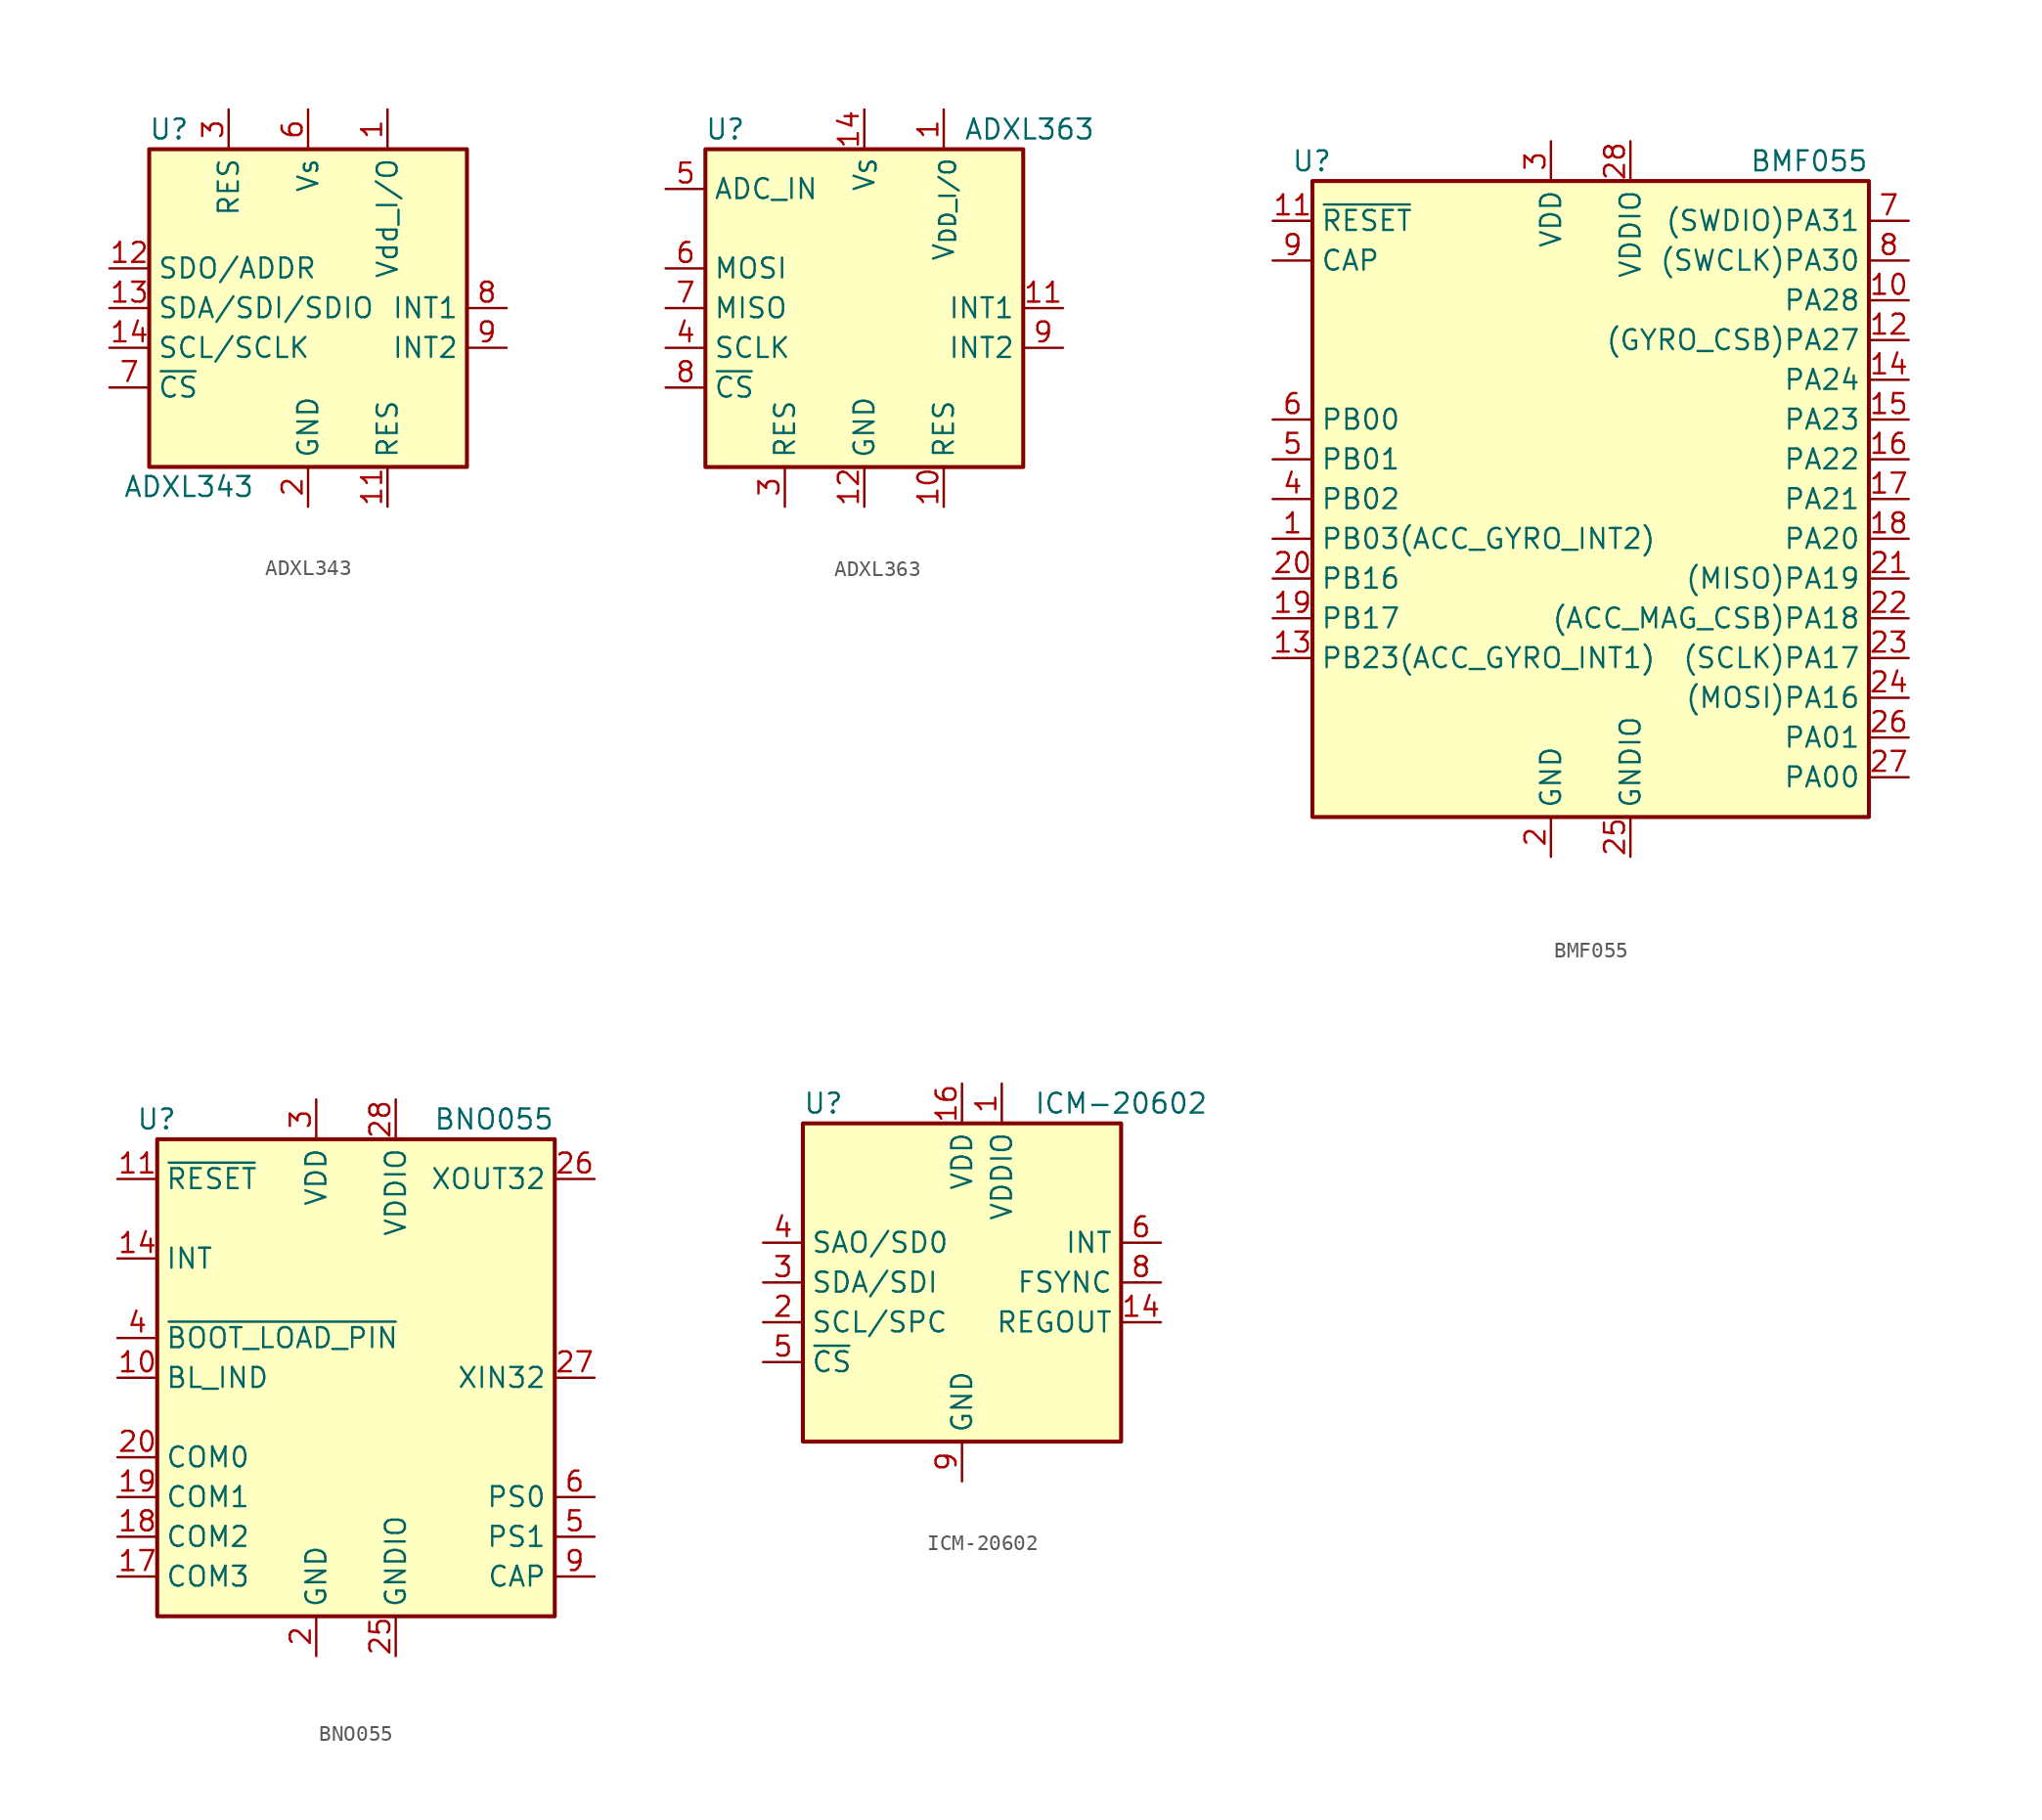
<source format=kicad_sym>
(kicad_symbol_lib
  (version 20241209)
  (generator "kicad_symbol_editor")
  (generator_version "9.0")
  (symbol "ADXL343"
    (property "Reference" "U"
      (at -8.89 11.43 0)
      (effects (font (size 1.27 1.27))))
    (property "Value" "ADXL343"
      (at -7.62 -11.43 0)
      (effects (font (size 1.27 1.27))))
    (symbol "ADXL343_0_1"
      (rectangle (start -10.16 10.16) (end 10.16 -10.16) (stroke (width 0.254) (type default)) (fill (type background))))
    (symbol "ADXL343_1_1"
      (pin bidirectional line (at -12.7 2.54 0) (length 2.54) (name "SDO/ADDR" (effects (font (size 1.27 1.27)))) (number "12" (effects (font (size 1.27 1.27)))))
      (pin bidirectional line (at -12.7 0 0) (length 2.54) (name "SDA/SDI/SDIO" (effects (font (size 1.27 1.27)))) (number "13" (effects (font (size 1.27 1.27)))))
      (pin input line (at -12.7 -2.54 0) (length 2.54) (name "SCL/SCLK" (effects (font (size 1.27 1.27)))) (number "14" (effects (font (size 1.27 1.27)))))
      (pin input line (at -12.7 -5.08 0) (length 2.54) (name "~{CS}" (effects (font (size 1.27 1.27)))) (number "7" (effects (font (size 1.27 1.27)))))
      (pin passive line (at -5.08 12.7 270) (length 2.54) (name "RES" (effects (font (size 1.27 1.27)))) (number "3" (effects (font (size 1.27 1.27)))))
      (pin no_connect line (at -5.08 -10.16 90) (length 2.54) (hide yes) (name "NC" (effects (font (size 1.27 1.27)))) (number "10" (effects (font (size 1.27 1.27)))))
      (pin power_in line (at 0 12.7 270) (length 2.54) (name "Vs" (effects (font (size 1.27 1.27)))) (number "6" (effects (font (size 1.27 1.27)))))
      (pin power_in line (at 0 -12.7 90) (length 2.54) (name "GND" (effects (font (size 1.27 1.27)))) (number "2" (effects (font (size 1.27 1.27)))))
      (pin passive line (at 0 -12.7 90) (length 2.54) (hide yes) (name "GND" (effects (font (size 1.27 1.27)))) (number "4" (effects (font (size 1.27 1.27)))))
      (pin passive line (at 0 -12.7 90) (length 2.54) (hide yes) (name "GND" (effects (font (size 1.27 1.27)))) (number "5" (effects (font (size 1.27 1.27)))))
      (pin power_in line (at 5.08 12.7 270) (length 2.54) (name "Vdd_I/O" (effects (font (size 1.27 1.27)))) (number "1" (effects (font (size 1.27 1.27)))))
      (pin passive line (at 5.08 -12.7 90) (length 2.54) (name "RES" (effects (font (size 1.27 1.27)))) (number "11" (effects (font (size 1.27 1.27)))))
      (pin output line (at 12.7 0 180) (length 2.54) (name "INT1" (effects (font (size 1.27 1.27)))) (number "8" (effects (font (size 1.27 1.27)))))
      (pin output line (at 12.7 -2.54 180) (length 2.54) (name "INT2" (effects (font (size 1.27 1.27)))) (number "9" (effects (font (size 1.27 1.27)))))))
  (symbol "ADXL363"
    (property "Reference" "U"
      (at -8.89 11.43 0)
      (effects (font (size 1.27 1.27))))
    (property "Value" "ADXL363"
      (at 6.35 11.43 0)
      (effects (font (size 1.27 1.27)) (justify left)))
    (symbol "ADXL363_0_1"
      (rectangle (start -10.16 10.16) (end 10.16 -10.16) (stroke (width 0.254) (type default)) (fill (type background))))
    (symbol "ADXL363_1_1"
      (pin input line (at -12.7 7.62 0) (length 2.54) (name "ADC_IN" (effects (font (size 1.27 1.27)))) (number "5" (effects (font (size 1.27 1.27)))))
      (pin input line (at -12.7 2.54 0) (length 2.54) (name "MOSI" (effects (font (size 1.27 1.27)))) (number "6" (effects (font (size 1.27 1.27)))))
      (pin output line (at -12.7 0 0) (length 2.54) (name "MISO" (effects (font (size 1.27 1.27)))) (number "7" (effects (font (size 1.27 1.27)))))
      (pin input line (at -12.7 -2.54 0) (length 2.54) (name "SCLK" (effects (font (size 1.27 1.27)))) (number "4" (effects (font (size 1.27 1.27)))))
      (pin input line (at -12.7 -5.08 0) (length 2.54) (name "~{CS}" (effects (font (size 1.27 1.27)))) (number "8" (effects (font (size 1.27 1.27)))))
      (pin passive line (at -5.08 -12.7 90) (length 2.54) (name "RES" (effects (font (size 1.27 1.27)))) (number "3" (effects (font (size 1.27 1.27)))))
      (pin power_in line (at 0 12.7 270) (length 2.54) (name "V_{S}" (effects (font (size 1.27 1.27)))) (number "14" (effects (font (size 1.27 1.27)))))
      (pin power_in line (at 0 -12.7 90) (length 2.54) (name "GND" (effects (font (size 1.27 1.27)))) (number "12" (effects (font (size 1.27 1.27)))))
      (pin passive line (at 0 -12.7 90) (length 2.54) (hide yes) (name "GND" (effects (font (size 1.27 1.27)))) (number "13" (effects (font (size 1.27 1.27)))))
      (pin passive line (at 0 -12.7 90) (length 2.54) (hide yes) (name "GND" (effects (font (size 1.27 1.27)))) (number "16" (effects (font (size 1.27 1.27)))))
      (pin power_in line (at 5.08 12.7 270) (length 2.54) (name "V_{DD_I/O}" (effects (font (size 1.27 1.27)))) (number "1" (effects (font (size 1.27 1.27)))))
      (pin passive line (at 5.08 -12.7 90) (length 2.54) (name "RES" (effects (font (size 1.27 1.27)))) (number "10" (effects (font (size 1.27 1.27)))))
      (pin output line (at 12.7 0 180) (length 2.54) (name "INT1" (effects (font (size 1.27 1.27)))) (number "11" (effects (font (size 1.27 1.27)))))
      (pin output line (at 12.7 -2.54 180) (length 2.54) (name "INT2" (effects (font (size 1.27 1.27)))) (number "9" (effects (font (size 1.27 1.27)))))))
  (symbol "BMF055"
    (property "Reference" "U"
      (at -16.51 21.59 0)
      (effects (font (size 1.27 1.27)) (justify right)))
    (property "Value" "BMF055"
      (at 17.78 21.59 0)
      (effects (font (size 1.27 1.27)) (justify right)))
    (symbol "BMF055_0_1"
      (rectangle (start -17.78 20.32) (end 17.78 -20.32) (stroke (width 0.254) (type default)) (fill (type background))))
    (symbol "BMF055_1_1"
      (pin input line (at -20.32 17.78 0) (length 2.54) (name "~{RESET}" (effects (font (size 1.27 1.27)))) (number "11" (effects (font (size 1.27 1.27)))))
      (pin bidirectional line (at -20.32 15.24 0) (length 2.54) (name "CAP" (effects (font (size 1.27 1.27)))) (number "9" (effects (font (size 1.27 1.27)))))
      (pin bidirectional line (at -20.32 5.08 0) (length 2.54) (name "PB00" (effects (font (size 1.27 1.27)))) (number "6" (effects (font (size 1.27 1.27)))))
      (pin bidirectional line (at -20.32 2.54 0) (length 2.54) (name "PB01" (effects (font (size 1.27 1.27)))) (number "5" (effects (font (size 1.27 1.27)))))
      (pin bidirectional line (at -20.32 0 0) (length 2.54) (name "PB02" (effects (font (size 1.27 1.27)))) (number "4" (effects (font (size 1.27 1.27)))))
      (pin bidirectional line (at -20.32 -2.54 0) (length 2.54) (name "PB03(ACC_GYRO_INT2)" (effects (font (size 1.27 1.27)))) (number "1" (effects (font (size 1.27 1.27)))))
      (pin bidirectional line (at -20.32 -5.08 0) (length 2.54) (name "PB16" (effects (font (size 1.27 1.27)))) (number "20" (effects (font (size 1.27 1.27)))))
      (pin bidirectional line (at -20.32 -7.62 0) (length 2.54) (name "PB17" (effects (font (size 1.27 1.27)))) (number "19" (effects (font (size 1.27 1.27)))))
      (pin bidirectional line (at -20.32 -10.16 0) (length 2.54) (name "PB23(ACC_GYRO_INT1)" (effects (font (size 1.27 1.27)))) (number "13" (effects (font (size 1.27 1.27)))))
      (pin power_in line (at -2.54 22.86 270) (length 2.54) (name "VDD" (effects (font (size 1.27 1.27)))) (number "3" (effects (font (size 1.27 1.27)))))
      (pin power_in line (at -2.54 -22.86 90) (length 2.54) (name "GND" (effects (font (size 1.27 1.27)))) (number "2" (effects (font (size 1.27 1.27)))))
      (pin power_in line (at 2.54 22.86 270) (length 2.54) (name "VDDIO" (effects (font (size 1.27 1.27)))) (number "28" (effects (font (size 1.27 1.27)))))
      (pin power_in line (at 2.54 -22.86 90) (length 2.54) (name "GNDIO" (effects (font (size 1.27 1.27)))) (number "25" (effects (font (size 1.27 1.27)))))
      (pin bidirectional line (at 20.32 17.78 180) (length 2.54) (name "(SWDIO)PA31" (effects (font (size 1.27 1.27)))) (number "7" (effects (font (size 1.27 1.27)))))
      (pin bidirectional line (at 20.32 15.24 180) (length 2.54) (name "(SWCLK)PA30" (effects (font (size 1.27 1.27)))) (number "8" (effects (font (size 1.27 1.27)))))
      (pin bidirectional line (at 20.32 12.7 180) (length 2.54) (name "PA28" (effects (font (size 1.27 1.27)))) (number "10" (effects (font (size 1.27 1.27)))))
      (pin bidirectional line (at 20.32 10.16 180) (length 2.54) (name "(GYRO_CSB)PA27" (effects (font (size 1.27 1.27)))) (number "12" (effects (font (size 1.27 1.27)))))
      (pin input line (at 20.32 7.62 180) (length 2.54) (name "PA24" (effects (font (size 1.27 1.27)))) (number "14" (effects (font (size 1.27 1.27)))))
      (pin bidirectional line (at 20.32 5.08 180) (length 2.54) (name "PA23" (effects (font (size 1.27 1.27)))) (number "15" (effects (font (size 1.27 1.27)))))
      (pin bidirectional line (at 20.32 2.54 180) (length 2.54) (name "PA22" (effects (font (size 1.27 1.27)))) (number "16" (effects (font (size 1.27 1.27)))))
      (pin bidirectional line (at 20.32 0 180) (length 2.54) (name "PA21" (effects (font (size 1.27 1.27)))) (number "17" (effects (font (size 1.27 1.27)))))
      (pin bidirectional line (at 20.32 -2.54 180) (length 2.54) (name "PA20" (effects (font (size 1.27 1.27)))) (number "18" (effects (font (size 1.27 1.27)))))
      (pin bidirectional line (at 20.32 -5.08 180) (length 2.54) (name "(MISO)PA19" (effects (font (size 1.27 1.27)))) (number "21" (effects (font (size 1.27 1.27)))))
      (pin bidirectional line (at 20.32 -7.62 180) (length 2.54) (name "(ACC_MAG_CSB)PA18" (effects (font (size 1.27 1.27)))) (number "22" (effects (font (size 1.27 1.27)))))
      (pin bidirectional line (at 20.32 -10.16 180) (length 2.54) (name "(SCLK)PA17" (effects (font (size 1.27 1.27)))) (number "23" (effects (font (size 1.27 1.27)))))
      (pin bidirectional line (at 20.32 -12.7 180) (length 2.54) (name "(MOSI)PA16" (effects (font (size 1.27 1.27)))) (number "24" (effects (font (size 1.27 1.27)))))
      (pin bidirectional line (at 20.32 -15.24 180) (length 2.54) (name "PA01" (effects (font (size 1.27 1.27)))) (number "26" (effects (font (size 1.27 1.27)))))
      (pin bidirectional line (at 20.32 -17.78 180) (length 2.54) (name "PA00" (effects (font (size 1.27 1.27)))) (number "27" (effects (font (size 1.27 1.27)))))))
  (symbol "BNO055"
    (property "Reference" "U"
      (at -11.43 16.51 0)
      (effects (font (size 1.27 1.27)) (justify right)))
    (property "Value" "BNO055"
      (at 12.7 16.51 0)
      (effects (font (size 1.27 1.27)) (justify right)))
    (symbol "BNO055_0_1"
      (rectangle (start -12.7 15.24) (end 12.7 -15.24) (stroke (width 0.254) (type default)) (fill (type background))))
    (symbol "BNO055_1_1"
      (pin input line (at -15.24 12.7 0) (length 2.54) (name "~{RESET}" (effects (font (size 1.27 1.27)))) (number "11" (effects (font (size 1.27 1.27)))))
      (pin output line (at -15.24 7.62 0) (length 2.54) (name "INT" (effects (font (size 1.27 1.27)))) (number "14" (effects (font (size 1.27 1.27)))))
      (pin input line (at -15.24 2.54 0) (length 2.54) (name "~{BOOT_LOAD_PIN}" (effects (font (size 1.27 1.27)))) (number "4" (effects (font (size 1.27 1.27)))))
      (pin output line (at -15.24 0 0) (length 2.54) (name "BL_IND" (effects (font (size 1.27 1.27)))) (number "10" (effects (font (size 1.27 1.27)))))
      (pin bidirectional line (at -15.24 -5.08 0) (length 2.54) (name "COM0" (effects (font (size 1.27 1.27)))) (number "20" (effects (font (size 1.27 1.27)))))
      (pin bidirectional line (at -15.24 -7.62 0) (length 2.54) (name "COM1" (effects (font (size 1.27 1.27)))) (number "19" (effects (font (size 1.27 1.27)))))
      (pin passive line (at -15.24 -10.16 0) (length 2.54) (name "COM2" (effects (font (size 1.27 1.27)))) (number "18" (effects (font (size 1.27 1.27)))))
      (pin input line (at -15.24 -12.7 0) (length 2.54) (name "COM3" (effects (font (size 1.27 1.27)))) (number "17" (effects (font (size 1.27 1.27)))))
      (pin no_connect line (at -12.7 10.16 0) (length 2.54) (hide yes) (name "PIN1" (effects (font (size 1.27 1.27)))) (number "1" (effects (font (size 1.27 1.27)))))
      (pin no_connect line (at -12.7 5.08 0) (length 2.54) (hide yes) (name "PIN7" (effects (font (size 1.27 1.27)))) (number "7" (effects (font (size 1.27 1.27)))))
      (pin no_connect line (at -12.7 -2.54 0) (length 2.54) (hide yes) (name "PIN8" (effects (font (size 1.27 1.27)))) (number "8" (effects (font (size 1.27 1.27)))))
      (pin power_in line (at -2.54 17.78 270) (length 2.54) (name "VDD" (effects (font (size 1.27 1.27)))) (number "3" (effects (font (size 1.27 1.27)))))
      (pin power_in line (at -2.54 -17.78 90) (length 2.54) (name "GND" (effects (font (size 1.27 1.27)))) (number "2" (effects (font (size 1.27 1.27)))))
      (pin power_in line (at 2.54 17.78 270) (length 2.54) (name "VDDIO" (effects (font (size 1.27 1.27)))) (number "28" (effects (font (size 1.27 1.27)))))
      (pin power_in line (at 2.54 -17.78 90) (length 2.54) (name "GNDIO" (effects (font (size 1.27 1.27)))) (number "25" (effects (font (size 1.27 1.27)))))
      (pin no_connect line (at 5.08 -15.24 90) (length 2.54) (hide yes) (name "PIN15" (effects (font (size 1.27 1.27)))) (number "15" (effects (font (size 1.27 1.27)))))
      (pin no_connect line (at 7.62 -15.24 90) (length 2.54) (hide yes) (name "PIN16" (effects (font (size 1.27 1.27)))) (number "16" (effects (font (size 1.27 1.27)))))
      (pin no_connect line (at 12.7 10.16 180) (length 2.54) (hide yes) (name "PIN12" (effects (font (size 1.27 1.27)))) (number "12" (effects (font (size 1.27 1.27)))))
      (pin no_connect line (at 12.7 7.62 180) (length 2.54) (hide yes) (name "PIN13" (effects (font (size 1.27 1.27)))) (number "13" (effects (font (size 1.27 1.27)))))
      (pin no_connect line (at 12.7 5.08 180) (length 2.54) (hide yes) (name "PIN21" (effects (font (size 1.27 1.27)))) (number "21" (effects (font (size 1.27 1.27)))))
      (pin no_connect line (at 12.7 2.54 180) (length 2.54) (hide yes) (name "PIN22" (effects (font (size 1.27 1.27)))) (number "22" (effects (font (size 1.27 1.27)))))
      (pin no_connect line (at 12.7 -2.54 180) (length 2.54) (hide yes) (name "PIN23" (effects (font (size 1.27 1.27)))) (number "23" (effects (font (size 1.27 1.27)))))
      (pin no_connect line (at 12.7 -5.08 180) (length 2.54) (hide yes) (name "PIN24" (effects (font (size 1.27 1.27)))) (number "24" (effects (font (size 1.27 1.27)))))
      (pin output line (at 15.24 12.7 180) (length 2.54) (name "XOUT32" (effects (font (size 1.27 1.27)))) (number "26" (effects (font (size 1.27 1.27)))))
      (pin input line (at 15.24 0 180) (length 2.54) (name "XIN32" (effects (font (size 1.27 1.27)))) (number "27" (effects (font (size 1.27 1.27)))))
      (pin input line (at 15.24 -7.62 180) (length 2.54) (name "PS0" (effects (font (size 1.27 1.27)))) (number "6" (effects (font (size 1.27 1.27)))))
      (pin input line (at 15.24 -10.16 180) (length 2.54) (name "PS1" (effects (font (size 1.27 1.27)))) (number "5" (effects (font (size 1.27 1.27)))))
      (pin passive line (at 15.24 -12.7 180) (length 2.54) (name "CAP" (effects (font (size 1.27 1.27)))) (number "9" (effects (font (size 1.27 1.27)))))))
  (symbol "ICM-20602"
    (property "Reference" "U"
      (at -10.16 11.43 0)
      (effects (font (size 1.27 1.27)) (justify left)))
    (property "Value" "ICM-20602"
      (at 10.16 11.43 0)
      (effects (font (size 1.27 1.27))))
    (symbol "ICM-20602_0_1"
      (rectangle (start -10.16 10.16) (end 10.16 -10.16) (stroke (width 0.254) (type default)) (fill (type background))))
    (symbol "ICM-20602_1_1"
      (pin bidirectional line (at -12.7 2.54 0) (length 2.54) (name "SAO/SD0" (effects (font (size 1.27 1.27)))) (number "4" (effects (font (size 1.27 1.27)))))
      (pin bidirectional line (at -12.7 0 0) (length 2.54) (name "SDA/SDI" (effects (font (size 1.27 1.27)))) (number "3" (effects (font (size 1.27 1.27)))))
      (pin input line (at -12.7 -2.54 0) (length 2.54) (name "SCL/SPC" (effects (font (size 1.27 1.27)))) (number "2" (effects (font (size 1.27 1.27)))))
      (pin input line (at -12.7 -5.08 0) (length 2.54) (name "~{CS}" (effects (font (size 1.27 1.27)))) (number "5" (effects (font (size 1.27 1.27)))))
      (pin no_connect line (at -10.16 5.08 0) (length 2.54) (hide yes) (name "RESV" (effects (font (size 1.27 1.27)))) (number "7" (effects (font (size 1.27 1.27)))))
      (pin power_in line (at 0 12.7 270) (length 2.54) (name "VDD" (effects (font (size 1.27 1.27)))) (number "16" (effects (font (size 1.27 1.27)))))
      (pin passive line (at 0 -12.7 90) (length 2.54) (hide yes) (name "GND" (effects (font (size 1.27 1.27)))) (number "10" (effects (font (size 1.27 1.27)))))
      (pin passive line (at 0 -12.7 90) (length 2.54) (hide yes) (name "GND" (effects (font (size 1.27 1.27)))) (number "11" (effects (font (size 1.27 1.27)))))
      (pin passive line (at 0 -12.7 90) (length 2.54) (hide yes) (name "GND" (effects (font (size 1.27 1.27)))) (number "12" (effects (font (size 1.27 1.27)))))
      (pin passive line (at 0 -12.7 90) (length 2.54) (hide yes) (name "GND" (effects (font (size 1.27 1.27)))) (number "13" (effects (font (size 1.27 1.27)))))
      (pin passive line (at 0 -12.7 90) (length 2.54) (hide yes) (name "GND" (effects (font (size 1.27 1.27)))) (number "15" (effects (font (size 1.27 1.27)))))
      (pin power_in line (at 0 -12.7 90) (length 2.54) (name "GND" (effects (font (size 1.27 1.27)))) (number "9" (effects (font (size 1.27 1.27)))))
      (pin power_in line (at 2.54 12.7 270) (length 2.54) (name "VDDIO" (effects (font (size 1.27 1.27)))) (number "1" (effects (font (size 1.27 1.27)))))
      (pin output line (at 12.7 2.54 180) (length 2.54) (name "INT" (effects (font (size 1.27 1.27)))) (number "6" (effects (font (size 1.27 1.27)))))
      (pin input line (at 12.7 0 180) (length 2.54) (name "FSYNC" (effects (font (size 1.27 1.27)))) (number "8" (effects (font (size 1.27 1.27)))))
      (pin passive line (at 12.7 -2.54 180) (length 2.54) (name "REGOUT" (effects (font (size 1.27 1.27)))) (number "14" (effects (font (size 1.27 1.27))))))))
</source>
